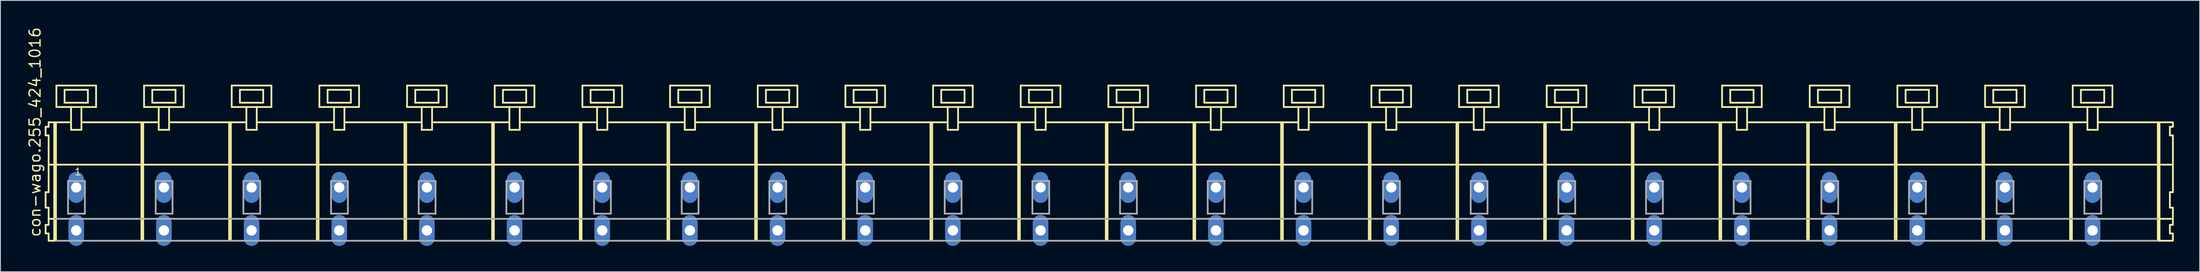
<source format=kicad_pcb>
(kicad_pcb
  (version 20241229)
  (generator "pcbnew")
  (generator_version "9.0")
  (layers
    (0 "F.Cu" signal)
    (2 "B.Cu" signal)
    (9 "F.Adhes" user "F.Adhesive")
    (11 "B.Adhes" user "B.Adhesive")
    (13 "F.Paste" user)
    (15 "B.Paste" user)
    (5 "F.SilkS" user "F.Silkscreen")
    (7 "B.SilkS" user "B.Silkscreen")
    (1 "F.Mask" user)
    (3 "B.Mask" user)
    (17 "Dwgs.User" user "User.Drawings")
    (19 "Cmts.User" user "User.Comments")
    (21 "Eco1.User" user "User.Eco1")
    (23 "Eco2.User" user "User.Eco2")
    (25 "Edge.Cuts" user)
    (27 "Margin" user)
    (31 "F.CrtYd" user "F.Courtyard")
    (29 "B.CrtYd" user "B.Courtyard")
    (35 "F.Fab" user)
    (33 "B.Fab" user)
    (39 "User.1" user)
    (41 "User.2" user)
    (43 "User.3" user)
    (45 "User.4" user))
  (footprint "con-wago.255_424_1016"
    (layer "F.Cu")
    (at 125.165 18.743)
    (property "Reference" "con-wago.255_424_1016" (at -123.415 5.855 90) (layer "F.SilkS") (effects (font (size 1.27 1.27) (thickness 0.16)) (justify left bottom)))
    (attr through_hole)
    (fp_line (start -122.93 -7.05) (end -122.93 -6.05) (stroke (width 0.203) (type default)) (layer "F.SilkS"))
    (fp_line (start -122.93 -6.05) (end -122.58 -6.05) (stroke (width 0.203) (type default)) (layer "F.SilkS"))
    (fp_line (start -122.93 0.55) (end -122.93 2.35) (stroke (width 0.203) (type default)) (layer "F.SilkS"))
    (fp_line (start -122.93 2.35) (end -122.58 2.35) (stroke (width 0.203) (type default)) (layer "F.SilkS"))
    (fp_line (start -122.93 4.35) (end -122.93 5.35) (stroke (width 0.203) (type default)) (layer "F.SilkS"))
    (fp_line (start -122.93 5.35) (end -122.58 5.35) (stroke (width 0.203) (type default)) (layer "F.SilkS"))
    (fp_line (start -122.58 -7.575) (end -122.58 -7.05) (stroke (width 0.203) (type default)) (layer "F.SilkS"))
    (fp_line (start -122.58 -7.575) (end -120.005 -7.575) (stroke (width 0.203) (type default)) (layer "F.SilkS"))
    (fp_line (start -122.58 -7.05) (end -122.93 -7.05) (stroke (width 0.203) (type default)) (layer "F.SilkS"))
    (fp_line (start -122.58 -6.05) (end -122.58 0.55) (stroke (width 0.203) (type default)) (layer "F.SilkS"))
    (fp_line (start -122.58 0.55) (end -122.93 0.55) (stroke (width 0.203) (type default)) (layer "F.SilkS"))
    (fp_line (start -122.58 2.35) (end -122.58 4.35) (stroke (width 0.203) (type default)) (layer "F.SilkS"))
    (fp_line (start -122.58 3.65) (end -121.88 3.65) (stroke (width 0.203) (type default)) (layer "F.SilkS"))
    (fp_line (start -122.58 4.35) (end -122.93 4.35) (stroke (width 0.203) (type default)) (layer "F.SilkS"))
    (fp_line (start -122.58 5.35) (end -122.58 6.2) (stroke (width 0.203) (type default)) (layer "F.SilkS"))
    (fp_line (start -122.58 6.2) (end -121.93 6.2) (stroke (width 0.203) (type default)) (layer "F.SilkS"))
    (fp_line (start -122.53 -2.65) (end 123.56 -2.65) (stroke (width 0.203) (type default)) (layer "F.SilkS"))
    (fp_line (start -121.93 -7.55) (end -121.93 6.2) (stroke (width 0.203) (type default)) (layer "F.SilkS"))
    (fp_line (start -121.93 6.2) (end -121.73 6.2) (stroke (width 0.203) (type default)) (layer "F.SilkS"))
    (fp_line (start -121.73 -7.55) (end -121.73 6.2) (stroke (width 0.203) (type default)) (layer "F.SilkS"))
    (fp_line (start -121.68 -11.85) (end -121.68 -9.35) (stroke (width 0.203) (type default)) (layer "F.SilkS"))
    (fp_line (start -121.68 -9.35) (end -119.98 -9.35) (stroke (width 0.203) (type default)) (layer "F.SilkS"))
    (fp_line (start -120.73 -11.35) (end -120.73 -9.85) (stroke (width 0.203) (type default)) (layer "F.SilkS"))
    (fp_line (start -120.73 -9.85) (end -118.03 -9.85) (stroke (width 0.203) (type default)) (layer "F.SilkS"))
    (fp_line (start -119.98 -9.35) (end -119.98 -6.7) (stroke (width 0.203) (type default)) (layer "F.SilkS"))
    (fp_line (start -119.98 -9.35) (end -118.78 -9.35) (stroke (width 0.203) (type default)) (layer "F.SilkS"))
    (fp_line (start -119.98 -6.7) (end -118.78 -6.7) (stroke (width 0.203) (type default)) (layer "F.SilkS"))
    (fp_line (start -118.78 -9.35) (end -117.08 -9.35) (stroke (width 0.203) (type default)) (layer "F.SilkS"))
    (fp_line (start -118.78 -6.7) (end -118.78 -9.35) (stroke (width 0.203) (type default)) (layer "F.SilkS"))
    (fp_line (start -118.755 -7.575) (end -109.841 -7.575) (stroke (width 0.203) (type default)) (layer "F.SilkS"))
    (fp_line (start -118.03 -11.35) (end -120.73 -11.35) (stroke (width 0.203) (type default)) (layer "F.SilkS"))
    (fp_line (start -118.03 -9.85) (end -118.03 -11.35) (stroke (width 0.203) (type default)) (layer "F.SilkS"))
    (fp_line (start -117.08 -11.85) (end -121.68 -11.85) (stroke (width 0.203) (type default)) (layer "F.SilkS"))
    (fp_line (start -117.08 -9.35) (end -117.08 -11.85) (stroke (width 0.203) (type default)) (layer "F.SilkS"))
    (fp_line (start -111.82 -7.55) (end -111.82 6.2) (stroke (width 0.203) (type default)) (layer "F.SilkS"))
    (fp_line (start -111.62 -7.55) (end -111.62 6.2) (stroke (width 0.203) (type default)) (layer "F.SilkS"))
    (fp_line (start -111.52 -11.85) (end -111.52 -9.35) (stroke (width 0.203) (type default)) (layer "F.SilkS"))
    (fp_line (start -111.52 -9.35) (end -109.82 -9.35) (stroke (width 0.203) (type default)) (layer "F.SilkS"))
    (fp_line (start -110.57 -11.35) (end -110.57 -9.85) (stroke (width 0.203) (type default)) (layer "F.SilkS"))
    (fp_line (start -110.57 -9.85) (end -107.87 -9.85) (stroke (width 0.203) (type default)) (layer "F.SilkS"))
    (fp_line (start -109.82 -9.35) (end -109.82 -6.7) (stroke (width 0.203) (type default)) (layer "F.SilkS"))
    (fp_line (start -109.82 -9.35) (end -108.62 -9.35) (stroke (width 0.203) (type default)) (layer "F.SilkS"))
    (fp_line (start -109.82 -6.7) (end -108.62 -6.7) (stroke (width 0.203) (type default)) (layer "F.SilkS"))
    (fp_line (start -108.62 -9.35) (end -106.92 -9.35) (stroke (width 0.203) (type default)) (layer "F.SilkS"))
    (fp_line (start -108.62 -6.7) (end -108.62 -9.35) (stroke (width 0.203) (type default)) (layer "F.SilkS"))
    (fp_line (start -108.595 -7.575) (end -99.681 -7.575) (stroke (width 0.203) (type default)) (layer "F.SilkS"))
    (fp_line (start -107.87 -11.35) (end -110.57 -11.35) (stroke (width 0.203) (type default)) (layer "F.SilkS"))
    (fp_line (start -107.87 -9.85) (end -107.87 -11.35) (stroke (width 0.203) (type default)) (layer "F.SilkS"))
    (fp_line (start -106.92 -11.85) (end -111.52 -11.85) (stroke (width 0.203) (type default)) (layer "F.SilkS"))
    (fp_line (start -106.92 -9.35) (end -106.92 -11.85) (stroke (width 0.203) (type default)) (layer "F.SilkS"))
    (fp_line (start -101.66 -7.55) (end -101.66 6.2) (stroke (width 0.203) (type default)) (layer "F.SilkS"))
    (fp_line (start -101.46 -7.55) (end -101.46 6.2) (stroke (width 0.203) (type default)) (layer "F.SilkS"))
    (fp_line (start -101.36 -11.85) (end -101.36 -9.35) (stroke (width 0.203) (type default)) (layer "F.SilkS"))
    (fp_line (start -101.36 -9.35) (end -99.66 -9.35) (stroke (width 0.203) (type default)) (layer "F.SilkS"))
    (fp_line (start -100.41 -11.35) (end -100.41 -9.85) (stroke (width 0.203) (type default)) (layer "F.SilkS"))
    (fp_line (start -100.41 -9.85) (end -97.71 -9.85) (stroke (width 0.203) (type default)) (layer "F.SilkS"))
    (fp_line (start -99.66 -9.35) (end -99.66 -6.7) (stroke (width 0.203) (type default)) (layer "F.SilkS"))
    (fp_line (start -99.66 -9.35) (end -98.46 -9.35) (stroke (width 0.203) (type default)) (layer "F.SilkS"))
    (fp_line (start -99.66 -6.7) (end -98.46 -6.7) (stroke (width 0.203) (type default)) (layer "F.SilkS"))
    (fp_line (start -98.46 -9.35) (end -96.76 -9.35) (stroke (width 0.203) (type default)) (layer "F.SilkS"))
    (fp_line (start -98.46 -6.7) (end -98.46 -9.35) (stroke (width 0.203) (type default)) (layer "F.SilkS"))
    (fp_line (start -98.435 -7.575) (end -89.521 -7.575) (stroke (width 0.203) (type default)) (layer "F.SilkS"))
    (fp_line (start -97.71 -11.35) (end -100.41 -11.35) (stroke (width 0.203) (type default)) (layer "F.SilkS"))
    (fp_line (start -97.71 -9.85) (end -97.71 -11.35) (stroke (width 0.203) (type default)) (layer "F.SilkS"))
    (fp_line (start -96.76 -11.85) (end -101.36 -11.85) (stroke (width 0.203) (type default)) (layer "F.SilkS"))
    (fp_line (start -96.76 -9.35) (end -96.76 -11.85) (stroke (width 0.203) (type default)) (layer "F.SilkS"))
    (fp_line (start -91.5 -7.55) (end -91.5 6.2) (stroke (width 0.203) (type default)) (layer "F.SilkS"))
    (fp_line (start -91.3 -7.55) (end -91.3 6.2) (stroke (width 0.203) (type default)) (layer "F.SilkS"))
    (fp_line (start -91.2 -11.85) (end -91.2 -9.35) (stroke (width 0.203) (type default)) (layer "F.SilkS"))
    (fp_line (start -91.2 -9.35) (end -89.5 -9.35) (stroke (width 0.203) (type default)) (layer "F.SilkS"))
    (fp_line (start -90.25 -11.35) (end -90.25 -9.85) (stroke (width 0.203) (type default)) (layer "F.SilkS"))
    (fp_line (start -90.25 -9.85) (end -87.55 -9.85) (stroke (width 0.203) (type default)) (layer "F.SilkS"))
    (fp_line (start -89.5 -9.35) (end -89.5 -6.7) (stroke (width 0.203) (type default)) (layer "F.SilkS"))
    (fp_line (start -89.5 -9.35) (end -88.3 -9.35) (stroke (width 0.203) (type default)) (layer "F.SilkS"))
    (fp_line (start -89.5 -6.7) (end -88.3 -6.7) (stroke (width 0.203) (type default)) (layer "F.SilkS"))
    (fp_line (start -88.3 -9.35) (end -86.6 -9.35) (stroke (width 0.203) (type default)) (layer "F.SilkS"))
    (fp_line (start -88.3 -6.7) (end -88.3 -9.35) (stroke (width 0.203) (type default)) (layer "F.SilkS"))
    (fp_line (start -88.275 -7.575) (end -79.361 -7.575) (stroke (width 0.203) (type default)) (layer "F.SilkS"))
    (fp_line (start -87.55 -11.35) (end -90.25 -11.35) (stroke (width 0.203) (type default)) (layer "F.SilkS"))
    (fp_line (start -87.55 -9.85) (end -87.55 -11.35) (stroke (width 0.203) (type default)) (layer "F.SilkS"))
    (fp_line (start -86.6 -11.85) (end -91.2 -11.85) (stroke (width 0.203) (type default)) (layer "F.SilkS"))
    (fp_line (start -86.6 -9.35) (end -86.6 -11.85) (stroke (width 0.203) (type default)) (layer "F.SilkS"))
    (fp_line (start -81.34 -7.55) (end -81.34 6.2) (stroke (width 0.203) (type default)) (layer "F.SilkS"))
    (fp_line (start -81.14 -7.55) (end -81.14 6.2) (stroke (width 0.203) (type default)) (layer "F.SilkS"))
    (fp_line (start -81.04 -11.85) (end -81.04 -9.35) (stroke (width 0.203) (type default)) (layer "F.SilkS"))
    (fp_line (start -81.04 -9.35) (end -79.34 -9.35) (stroke (width 0.203) (type default)) (layer "F.SilkS"))
    (fp_line (start -80.09 -11.35) (end -80.09 -9.85) (stroke (width 0.203) (type default)) (layer "F.SilkS"))
    (fp_line (start -80.09 -9.85) (end -77.39 -9.85) (stroke (width 0.203) (type default)) (layer "F.SilkS"))
    (fp_line (start -79.34 -9.35) (end -79.34 -6.7) (stroke (width 0.203) (type default)) (layer "F.SilkS"))
    (fp_line (start -79.34 -9.35) (end -78.14 -9.35) (stroke (width 0.203) (type default)) (layer "F.SilkS"))
    (fp_line (start -79.34 -6.7) (end -78.14 -6.7) (stroke (width 0.203) (type default)) (layer "F.SilkS"))
    (fp_line (start -78.14 -9.35) (end -76.44 -9.35) (stroke (width 0.203) (type default)) (layer "F.SilkS"))
    (fp_line (start -78.14 -6.7) (end -78.14 -9.35) (stroke (width 0.203) (type default)) (layer "F.SilkS"))
    (fp_line (start -78.115 -7.575) (end -69.201 -7.575) (stroke (width 0.203) (type default)) (layer "F.SilkS"))
    (fp_line (start -77.39 -11.35) (end -80.09 -11.35) (stroke (width 0.203) (type default)) (layer "F.SilkS"))
    (fp_line (start -77.39 -9.85) (end -77.39 -11.35) (stroke (width 0.203) (type default)) (layer "F.SilkS"))
    (fp_line (start -76.44 -11.85) (end -81.04 -11.85) (stroke (width 0.203) (type default)) (layer "F.SilkS"))
    (fp_line (start -76.44 -9.35) (end -76.44 -11.85) (stroke (width 0.203) (type default)) (layer "F.SilkS"))
    (fp_line (start -71.18 -7.55) (end -71.18 6.2) (stroke (width 0.203) (type default)) (layer "F.SilkS"))
    (fp_line (start -70.98 -7.55) (end -70.98 6.2) (stroke (width 0.203) (type default)) (layer "F.SilkS"))
    (fp_line (start -70.88 -11.85) (end -70.88 -9.35) (stroke (width 0.203) (type default)) (layer "F.SilkS"))
    (fp_line (start -70.88 -9.35) (end -69.18 -9.35) (stroke (width 0.203) (type default)) (layer "F.SilkS"))
    (fp_line (start -69.93 -11.35) (end -69.93 -9.85) (stroke (width 0.203) (type default)) (layer "F.SilkS"))
    (fp_line (start -69.93 -9.85) (end -67.23 -9.85) (stroke (width 0.203) (type default)) (layer "F.SilkS"))
    (fp_line (start -69.18 -9.35) (end -69.18 -6.7) (stroke (width 0.203) (type default)) (layer "F.SilkS"))
    (fp_line (start -69.18 -9.35) (end -67.98 -9.35) (stroke (width 0.203) (type default)) (layer "F.SilkS"))
    (fp_line (start -69.18 -6.7) (end -67.98 -6.7) (stroke (width 0.203) (type default)) (layer "F.SilkS"))
    (fp_line (start -67.98 -9.35) (end -66.28 -9.35) (stroke (width 0.203) (type default)) (layer "F.SilkS"))
    (fp_line (start -67.98 -6.7) (end -67.98 -9.35) (stroke (width 0.203) (type default)) (layer "F.SilkS"))
    (fp_line (start -67.955 -7.575) (end -59.041 -7.575) (stroke (width 0.203) (type default)) (layer "F.SilkS"))
    (fp_line (start -67.23 -11.35) (end -69.93 -11.35) (stroke (width 0.203) (type default)) (layer "F.SilkS"))
    (fp_line (start -67.23 -9.85) (end -67.23 -11.35) (stroke (width 0.203) (type default)) (layer "F.SilkS"))
    (fp_line (start -66.28 -11.85) (end -70.88 -11.85) (stroke (width 0.203) (type default)) (layer "F.SilkS"))
    (fp_line (start -66.28 -9.35) (end -66.28 -11.85) (stroke (width 0.203) (type default)) (layer "F.SilkS"))
    (fp_line (start -61.02 -7.55) (end -61.02 6.2) (stroke (width 0.203) (type default)) (layer "F.SilkS"))
    (fp_line (start -60.82 -7.55) (end -60.82 6.2) (stroke (width 0.203) (type default)) (layer "F.SilkS"))
    (fp_line (start -60.72 -11.85) (end -60.72 -9.35) (stroke (width 0.203) (type default)) (layer "F.SilkS"))
    (fp_line (start -60.72 -9.35) (end -59.02 -9.35) (stroke (width 0.203) (type default)) (layer "F.SilkS"))
    (fp_line (start -59.77 -11.35) (end -59.77 -9.85) (stroke (width 0.203) (type default)) (layer "F.SilkS"))
    (fp_line (start -59.77 -9.85) (end -57.07 -9.85) (stroke (width 0.203) (type default)) (layer "F.SilkS"))
    (fp_line (start -59.02 -9.35) (end -59.02 -6.7) (stroke (width 0.203) (type default)) (layer "F.SilkS"))
    (fp_line (start -59.02 -9.35) (end -57.82 -9.35) (stroke (width 0.203) (type default)) (layer "F.SilkS"))
    (fp_line (start -59.02 -6.7) (end -57.82 -6.7) (stroke (width 0.203) (type default)) (layer "F.SilkS"))
    (fp_line (start -57.82 -9.35) (end -56.12 -9.35) (stroke (width 0.203) (type default)) (layer "F.SilkS"))
    (fp_line (start -57.82 -6.7) (end -57.82 -9.35) (stroke (width 0.203) (type default)) (layer "F.SilkS"))
    (fp_line (start -57.795 -7.575) (end -48.881 -7.575) (stroke (width 0.203) (type default)) (layer "F.SilkS"))
    (fp_line (start -57.07 -11.35) (end -59.77 -11.35) (stroke (width 0.203) (type default)) (layer "F.SilkS"))
    (fp_line (start -57.07 -9.85) (end -57.07 -11.35) (stroke (width 0.203) (type default)) (layer "F.SilkS"))
    (fp_line (start -56.12 -11.85) (end -60.72 -11.85) (stroke (width 0.203) (type default)) (layer "F.SilkS"))
    (fp_line (start -56.12 -9.35) (end -56.12 -11.85) (stroke (width 0.203) (type default)) (layer "F.SilkS"))
    (fp_line (start -50.86 -7.55) (end -50.86 6.2) (stroke (width 0.203) (type default)) (layer "F.SilkS"))
    (fp_line (start -50.66 -7.55) (end -50.66 6.2) (stroke (width 0.203) (type default)) (layer "F.SilkS"))
    (fp_line (start -50.56 -11.85) (end -50.56 -9.35) (stroke (width 0.203) (type default)) (layer "F.SilkS"))
    (fp_line (start -50.56 -9.35) (end -48.86 -9.35) (stroke (width 0.203) (type default)) (layer "F.SilkS"))
    (fp_line (start -49.61 -11.35) (end -49.61 -9.85) (stroke (width 0.203) (type default)) (layer "F.SilkS"))
    (fp_line (start -49.61 -9.85) (end -46.91 -9.85) (stroke (width 0.203) (type default)) (layer "F.SilkS"))
    (fp_line (start -48.86 -9.35) (end -48.86 -6.7) (stroke (width 0.203) (type default)) (layer "F.SilkS"))
    (fp_line (start -48.86 -9.35) (end -47.66 -9.35) (stroke (width 0.203) (type default)) (layer "F.SilkS"))
    (fp_line (start -48.86 -6.7) (end -47.66 -6.7) (stroke (width 0.203) (type default)) (layer "F.SilkS"))
    (fp_line (start -47.66 -9.35) (end -45.96 -9.35) (stroke (width 0.203) (type default)) (layer "F.SilkS"))
    (fp_line (start -47.66 -6.7) (end -47.66 -9.35) (stroke (width 0.203) (type default)) (layer "F.SilkS"))
    (fp_line (start -47.635 -7.575) (end -38.721 -7.575) (stroke (width 0.203) (type default)) (layer "F.SilkS"))
    (fp_line (start -46.91 -11.35) (end -49.61 -11.35) (stroke (width 0.203) (type default)) (layer "F.SilkS"))
    (fp_line (start -46.91 -9.85) (end -46.91 -11.35) (stroke (width 0.203) (type default)) (layer "F.SilkS"))
    (fp_line (start -45.96 -11.85) (end -50.56 -11.85) (stroke (width 0.203) (type default)) (layer "F.SilkS"))
    (fp_line (start -45.96 -9.35) (end -45.96 -11.85) (stroke (width 0.203) (type default)) (layer "F.SilkS"))
    (fp_line (start -40.7 -7.55) (end -40.7 6.2) (stroke (width 0.203) (type default)) (layer "F.SilkS"))
    (fp_line (start -40.5 -7.55) (end -40.5 6.2) (stroke (width 0.203) (type default)) (layer "F.SilkS"))
    (fp_line (start -40.4 -11.85) (end -40.4 -9.35) (stroke (width 0.203) (type default)) (layer "F.SilkS"))
    (fp_line (start -40.4 -9.35) (end -38.7 -9.35) (stroke (width 0.203) (type default)) (layer "F.SilkS"))
    (fp_line (start -39.45 -11.35) (end -39.45 -9.85) (stroke (width 0.203) (type default)) (layer "F.SilkS"))
    (fp_line (start -39.45 -9.85) (end -36.75 -9.85) (stroke (width 0.203) (type default)) (layer "F.SilkS"))
    (fp_line (start -38.7 -9.35) (end -38.7 -6.7) (stroke (width 0.203) (type default)) (layer "F.SilkS"))
    (fp_line (start -38.7 -9.35) (end -37.5 -9.35) (stroke (width 0.203) (type default)) (layer "F.SilkS"))
    (fp_line (start -38.7 -6.7) (end -37.5 -6.7) (stroke (width 0.203) (type default)) (layer "F.SilkS"))
    (fp_line (start -37.5 -9.35) (end -35.8 -9.35) (stroke (width 0.203) (type default)) (layer "F.SilkS"))
    (fp_line (start -37.5 -6.7) (end -37.5 -9.35) (stroke (width 0.203) (type default)) (layer "F.SilkS"))
    (fp_line (start -37.475 -7.575) (end -28.561 -7.575) (stroke (width 0.203) (type default)) (layer "F.SilkS"))
    (fp_line (start -36.75 -11.35) (end -39.45 -11.35) (stroke (width 0.203) (type default)) (layer "F.SilkS"))
    (fp_line (start -36.75 -9.85) (end -36.75 -11.35) (stroke (width 0.203) (type default)) (layer "F.SilkS"))
    (fp_line (start -35.8 -11.85) (end -40.4 -11.85) (stroke (width 0.203) (type default)) (layer "F.SilkS"))
    (fp_line (start -35.8 -9.35) (end -35.8 -11.85) (stroke (width 0.203) (type default)) (layer "F.SilkS"))
    (fp_line (start -30.54 -7.55) (end -30.54 6.2) (stroke (width 0.203) (type default)) (layer "F.SilkS"))
    (fp_line (start -30.34 -7.55) (end -30.34 6.2) (stroke (width 0.203) (type default)) (layer "F.SilkS"))
    (fp_line (start -30.24 -11.85) (end -30.24 -9.35) (stroke (width 0.203) (type default)) (layer "F.SilkS"))
    (fp_line (start -30.24 -9.35) (end -28.54 -9.35) (stroke (width 0.203) (type default)) (layer "F.SilkS"))
    (fp_line (start -29.29 -11.35) (end -29.29 -9.85) (stroke (width 0.203) (type default)) (layer "F.SilkS"))
    (fp_line (start -29.29 -9.85) (end -26.59 -9.85) (stroke (width 0.203) (type default)) (layer "F.SilkS"))
    (fp_line (start -28.54 -9.35) (end -28.54 -6.7) (stroke (width 0.203) (type default)) (layer "F.SilkS"))
    (fp_line (start -28.54 -9.35) (end -27.34 -9.35) (stroke (width 0.203) (type default)) (layer "F.SilkS"))
    (fp_line (start -28.54 -6.7) (end -27.34 -6.7) (stroke (width 0.203) (type default)) (layer "F.SilkS"))
    (fp_line (start -27.34 -9.35) (end -25.64 -9.35) (stroke (width 0.203) (type default)) (layer "F.SilkS"))
    (fp_line (start -27.34 -6.7) (end -27.34 -9.35) (stroke (width 0.203) (type default)) (layer "F.SilkS"))
    (fp_line (start -27.315 -7.575) (end -18.401 -7.575) (stroke (width 0.203) (type default)) (layer "F.SilkS"))
    (fp_line (start -26.59 -11.35) (end -29.29 -11.35) (stroke (width 0.203) (type default)) (layer "F.SilkS"))
    (fp_line (start -26.59 -9.85) (end -26.59 -11.35) (stroke (width 0.203) (type default)) (layer "F.SilkS"))
    (fp_line (start -25.64 -11.85) (end -30.24 -11.85) (stroke (width 0.203) (type default)) (layer "F.SilkS"))
    (fp_line (start -25.64 -9.35) (end -25.64 -11.85) (stroke (width 0.203) (type default)) (layer "F.SilkS"))
    (fp_line (start -20.38 -7.55) (end -20.38 6.2) (stroke (width 0.203) (type default)) (layer "F.SilkS"))
    (fp_line (start -20.18 -7.55) (end -20.18 6.2) (stroke (width 0.203) (type default)) (layer "F.SilkS"))
    (fp_line (start -20.08 -11.85) (end -20.08 -9.35) (stroke (width 0.203) (type default)) (layer "F.SilkS"))
    (fp_line (start -20.08 -9.35) (end -18.38 -9.35) (stroke (width 0.203) (type default)) (layer "F.SilkS"))
    (fp_line (start -19.13 -11.35) (end -19.13 -9.85) (stroke (width 0.203) (type default)) (layer "F.SilkS"))
    (fp_line (start -19.13 -9.85) (end -16.43 -9.85) (stroke (width 0.203) (type default)) (layer "F.SilkS"))
    (fp_line (start -18.38 -9.35) (end -18.38 -6.7) (stroke (width 0.203) (type default)) (layer "F.SilkS"))
    (fp_line (start -18.38 -9.35) (end -17.18 -9.35) (stroke (width 0.203) (type default)) (layer "F.SilkS"))
    (fp_line (start -18.38 -6.7) (end -17.18 -6.7) (stroke (width 0.203) (type default)) (layer "F.SilkS"))
    (fp_line (start -17.18 -9.35) (end -15.48 -9.35) (stroke (width 0.203) (type default)) (layer "F.SilkS"))
    (fp_line (start -17.18 -6.7) (end -17.18 -9.35) (stroke (width 0.203) (type default)) (layer "F.SilkS"))
    (fp_line (start -17.155 -7.575) (end -8.241 -7.575) (stroke (width 0.203) (type default)) (layer "F.SilkS"))
    (fp_line (start -16.43 -11.35) (end -19.13 -11.35) (stroke (width 0.203) (type default)) (layer "F.SilkS"))
    (fp_line (start -16.43 -9.85) (end -16.43 -11.35) (stroke (width 0.203) (type default)) (layer "F.SilkS"))
    (fp_line (start -15.48 -11.85) (end -20.08 -11.85) (stroke (width 0.203) (type default)) (layer "F.SilkS"))
    (fp_line (start -15.48 -9.35) (end -15.48 -11.85) (stroke (width 0.203) (type default)) (layer "F.SilkS"))
    (fp_line (start -10.22 -7.55) (end -10.22 6.2) (stroke (width 0.203) (type default)) (layer "F.SilkS"))
    (fp_line (start -10.02 -7.55) (end -10.02 6.2) (stroke (width 0.203) (type default)) (layer "F.SilkS"))
    (fp_line (start -9.92 -11.85) (end -9.92 -9.35) (stroke (width 0.203) (type default)) (layer "F.SilkS"))
    (fp_line (start -9.92 -9.35) (end -8.22 -9.35) (stroke (width 0.203) (type default)) (layer "F.SilkS"))
    (fp_line (start -8.97 -11.35) (end -8.97 -9.85) (stroke (width 0.203) (type default)) (layer "F.SilkS"))
    (fp_line (start -8.97 -9.85) (end -6.27 -9.85) (stroke (width 0.203) (type default)) (layer "F.SilkS"))
    (fp_line (start -8.22 -9.35) (end -8.22 -6.7) (stroke (width 0.203) (type default)) (layer "F.SilkS"))
    (fp_line (start -8.22 -9.35) (end -7.02 -9.35) (stroke (width 0.203) (type default)) (layer "F.SilkS"))
    (fp_line (start -8.22 -6.7) (end -7.02 -6.7) (stroke (width 0.203) (type default)) (layer "F.SilkS"))
    (fp_line (start -7.02 -9.35) (end -5.32 -9.35) (stroke (width 0.203) (type default)) (layer "F.SilkS"))
    (fp_line (start -7.02 -6.7) (end -7.02 -9.35) (stroke (width 0.203) (type default)) (layer "F.SilkS"))
    (fp_line (start -6.995 -7.575) (end 1.919 -7.575) (stroke (width 0.203) (type default)) (layer "F.SilkS"))
    (fp_line (start -6.27 -11.35) (end -8.97 -11.35) (stroke (width 0.203) (type default)) (layer "F.SilkS"))
    (fp_line (start -6.27 -9.85) (end -6.27 -11.35) (stroke (width 0.203) (type default)) (layer "F.SilkS"))
    (fp_line (start -5.32 -11.85) (end -9.92 -11.85) (stroke (width 0.203) (type default)) (layer "F.SilkS"))
    (fp_line (start -5.32 -9.35) (end -5.32 -11.85) (stroke (width 0.203) (type default)) (layer "F.SilkS"))
    (fp_line (start -0.06 -7.55) (end -0.06 6.2) (stroke (width 0.203) (type default)) (layer "F.SilkS"))
    (fp_line (start 0.14 -7.55) (end 0.14 6.2) (stroke (width 0.203) (type default)) (layer "F.SilkS"))
    (fp_line (start 0.24 -11.85) (end 0.24 -9.35) (stroke (width 0.203) (type default)) (layer "F.SilkS"))
    (fp_line (start 0.24 -9.35) (end 1.94 -9.35) (stroke (width 0.203) (type default)) (layer "F.SilkS"))
    (fp_line (start 1.19 -11.35) (end 1.19 -9.85) (stroke (width 0.203) (type default)) (layer "F.SilkS"))
    (fp_line (start 1.19 -9.85) (end 3.89 -9.85) (stroke (width 0.203) (type default)) (layer "F.SilkS"))
    (fp_line (start 1.94 -9.35) (end 1.94 -6.7) (stroke (width 0.203) (type default)) (layer "F.SilkS"))
    (fp_line (start 1.94 -9.35) (end 3.14 -9.35) (stroke (width 0.203) (type default)) (layer "F.SilkS"))
    (fp_line (start 1.94 -6.7) (end 3.14 -6.7) (stroke (width 0.203) (type default)) (layer "F.SilkS"))
    (fp_line (start 3.14 -9.35) (end 4.84 -9.35) (stroke (width 0.203) (type default)) (layer "F.SilkS"))
    (fp_line (start 3.14 -6.7) (end 3.14 -9.35) (stroke (width 0.203) (type default)) (layer "F.SilkS"))
    (fp_line (start 3.165 -7.575) (end 12.079 -7.575) (stroke (width 0.203) (type default)) (layer "F.SilkS"))
    (fp_line (start 3.89 -11.35) (end 1.19 -11.35) (stroke (width 0.203) (type default)) (layer "F.SilkS"))
    (fp_line (start 3.89 -9.85) (end 3.89 -11.35) (stroke (width 0.203) (type default)) (layer "F.SilkS"))
    (fp_line (start 4.84 -11.85) (end 0.24 -11.85) (stroke (width 0.203) (type default)) (layer "F.SilkS"))
    (fp_line (start 4.84 -9.35) (end 4.84 -11.85) (stroke (width 0.203) (type default)) (layer "F.SilkS"))
    (fp_line (start 10.1 -7.55) (end 10.1 6.2) (stroke (width 0.203) (type default)) (layer "F.SilkS"))
    (fp_line (start 10.3 -7.55) (end 10.3 6.2) (stroke (width 0.203) (type default)) (layer "F.SilkS"))
    (fp_line (start 10.4 -11.85) (end 10.4 -9.35) (stroke (width 0.203) (type default)) (layer "F.SilkS"))
    (fp_line (start 10.4 -9.35) (end 12.1 -9.35) (stroke (width 0.203) (type default)) (layer "F.SilkS"))
    (fp_line (start 11.35 -11.35) (end 11.35 -9.85) (stroke (width 0.203) (type default)) (layer "F.SilkS"))
    (fp_line (start 11.35 -9.85) (end 14.05 -9.85) (stroke (width 0.203) (type default)) (layer "F.SilkS"))
    (fp_line (start 12.1 -9.35) (end 12.1 -6.7) (stroke (width 0.203) (type default)) (layer "F.SilkS"))
    (fp_line (start 12.1 -9.35) (end 13.3 -9.35) (stroke (width 0.203) (type default)) (layer "F.SilkS"))
    (fp_line (start 12.1 -6.7) (end 13.3 -6.7) (stroke (width 0.203) (type default)) (layer "F.SilkS"))
    (fp_line (start 13.3 -9.35) (end 15 -9.35) (stroke (width 0.203) (type default)) (layer "F.SilkS"))
    (fp_line (start 13.3 -6.7) (end 13.3 -9.35) (stroke (width 0.203) (type default)) (layer "F.SilkS"))
    (fp_line (start 13.325 -7.575) (end 22.239 -7.575) (stroke (width 0.203) (type default)) (layer "F.SilkS"))
    (fp_line (start 14.05 -11.35) (end 11.35 -11.35) (stroke (width 0.203) (type default)) (layer "F.SilkS"))
    (fp_line (start 14.05 -9.85) (end 14.05 -11.35) (stroke (width 0.203) (type default)) (layer "F.SilkS"))
    (fp_line (start 15 -11.85) (end 10.4 -11.85) (stroke (width 0.203) (type default)) (layer "F.SilkS"))
    (fp_line (start 15 -9.35) (end 15 -11.85) (stroke (width 0.203) (type default)) (layer "F.SilkS"))
    (fp_line (start 20.26 -7.55) (end 20.26 6.2) (stroke (width 0.203) (type default)) (layer "F.SilkS"))
    (fp_line (start 20.46 -7.55) (end 20.46 6.2) (stroke (width 0.203) (type default)) (layer "F.SilkS"))
    (fp_line (start 20.56 -11.85) (end 20.56 -9.35) (stroke (width 0.203) (type default)) (layer "F.SilkS"))
    (fp_line (start 20.56 -9.35) (end 22.26 -9.35) (stroke (width 0.203) (type default)) (layer "F.SilkS"))
    (fp_line (start 21.51 -11.35) (end 21.51 -9.85) (stroke (width 0.203) (type default)) (layer "F.SilkS"))
    (fp_line (start 21.51 -9.85) (end 24.21 -9.85) (stroke (width 0.203) (type default)) (layer "F.SilkS"))
    (fp_line (start 22.26 -9.35) (end 22.26 -6.7) (stroke (width 0.203) (type default)) (layer "F.SilkS"))
    (fp_line (start 22.26 -9.35) (end 23.46 -9.35) (stroke (width 0.203) (type default)) (layer "F.SilkS"))
    (fp_line (start 22.26 -6.7) (end 23.46 -6.7) (stroke (width 0.203) (type default)) (layer "F.SilkS"))
    (fp_line (start 23.46 -9.35) (end 25.16 -9.35) (stroke (width 0.203) (type default)) (layer "F.SilkS"))
    (fp_line (start 23.46 -6.7) (end 23.46 -9.35) (stroke (width 0.203) (type default)) (layer "F.SilkS"))
    (fp_line (start 23.485 -7.575) (end 32.399 -7.575) (stroke (width 0.203) (type default)) (layer "F.SilkS"))
    (fp_line (start 24.21 -11.35) (end 21.51 -11.35) (stroke (width 0.203) (type default)) (layer "F.SilkS"))
    (fp_line (start 24.21 -9.85) (end 24.21 -11.35) (stroke (width 0.203) (type default)) (layer "F.SilkS"))
    (fp_line (start 25.16 -11.85) (end 20.56 -11.85) (stroke (width 0.203) (type default)) (layer "F.SilkS"))
    (fp_line (start 25.16 -9.35) (end 25.16 -11.85) (stroke (width 0.203) (type default)) (layer "F.SilkS"))
    (fp_line (start 30.42 -7.55) (end 30.42 6.2) (stroke (width 0.203) (type default)) (layer "F.SilkS"))
    (fp_line (start 30.62 -7.55) (end 30.62 6.2) (stroke (width 0.203) (type default)) (layer "F.SilkS"))
    (fp_line (start 30.72 -11.85) (end 30.72 -9.35) (stroke (width 0.203) (type default)) (layer "F.SilkS"))
    (fp_line (start 30.72 -9.35) (end 32.42 -9.35) (stroke (width 0.203) (type default)) (layer "F.SilkS"))
    (fp_line (start 31.67 -11.35) (end 31.67 -9.85) (stroke (width 0.203) (type default)) (layer "F.SilkS"))
    (fp_line (start 31.67 -9.85) (end 34.37 -9.85) (stroke (width 0.203) (type default)) (layer "F.SilkS"))
    (fp_line (start 32.42 -9.35) (end 32.42 -6.7) (stroke (width 0.203) (type default)) (layer "F.SilkS"))
    (fp_line (start 32.42 -9.35) (end 33.62 -9.35) (stroke (width 0.203) (type default)) (layer "F.SilkS"))
    (fp_line (start 32.42 -6.7) (end 33.62 -6.7) (stroke (width 0.203) (type default)) (layer "F.SilkS"))
    (fp_line (start 33.62 -9.35) (end 35.32 -9.35) (stroke (width 0.203) (type default)) (layer "F.SilkS"))
    (fp_line (start 33.62 -6.7) (end 33.62 -9.35) (stroke (width 0.203) (type default)) (layer "F.SilkS"))
    (fp_line (start 33.645 -7.575) (end 42.559 -7.575) (stroke (width 0.203) (type default)) (layer "F.SilkS"))
    (fp_line (start 34.37 -11.35) (end 31.67 -11.35) (stroke (width 0.203) (type default)) (layer "F.SilkS"))
    (fp_line (start 34.37 -9.85) (end 34.37 -11.35) (stroke (width 0.203) (type default)) (layer "F.SilkS"))
    (fp_line (start 35.32 -11.85) (end 30.72 -11.85) (stroke (width 0.203) (type default)) (layer "F.SilkS"))
    (fp_line (start 35.32 -9.35) (end 35.32 -11.85) (stroke (width 0.203) (type default)) (layer "F.SilkS"))
    (fp_line (start 40.58 -7.55) (end 40.58 6.2) (stroke (width 0.203) (type default)) (layer "F.SilkS"))
    (fp_line (start 40.78 -7.55) (end 40.78 6.2) (stroke (width 0.203) (type default)) (layer "F.SilkS"))
    (fp_line (start 40.88 -11.85) (end 40.88 -9.35) (stroke (width 0.203) (type default)) (layer "F.SilkS"))
    (fp_line (start 40.88 -9.35) (end 42.58 -9.35) (stroke (width 0.203) (type default)) (layer "F.SilkS"))
    (fp_line (start 41.83 -11.35) (end 41.83 -9.85) (stroke (width 0.203) (type default)) (layer "F.SilkS"))
    (fp_line (start 41.83 -9.85) (end 44.53 -9.85) (stroke (width 0.203) (type default)) (layer "F.SilkS"))
    (fp_line (start 42.58 -9.35) (end 42.58 -6.7) (stroke (width 0.203) (type default)) (layer "F.SilkS"))
    (fp_line (start 42.58 -9.35) (end 43.78 -9.35) (stroke (width 0.203) (type default)) (layer "F.SilkS"))
    (fp_line (start 42.58 -6.7) (end 43.78 -6.7) (stroke (width 0.203) (type default)) (layer "F.SilkS"))
    (fp_line (start 43.78 -9.35) (end 45.48 -9.35) (stroke (width 0.203) (type default)) (layer "F.SilkS"))
    (fp_line (start 43.78 -6.7) (end 43.78 -9.35) (stroke (width 0.203) (type default)) (layer "F.SilkS"))
    (fp_line (start 43.805 -7.575) (end 52.719 -7.575) (stroke (width 0.203) (type default)) (layer "F.SilkS"))
    (fp_line (start 44.53 -11.35) (end 41.83 -11.35) (stroke (width 0.203) (type default)) (layer "F.SilkS"))
    (fp_line (start 44.53 -9.85) (end 44.53 -11.35) (stroke (width 0.203) (type default)) (layer "F.SilkS"))
    (fp_line (start 45.48 -11.85) (end 40.88 -11.85) (stroke (width 0.203) (type default)) (layer "F.SilkS"))
    (fp_line (start 45.48 -9.35) (end 45.48 -11.85) (stroke (width 0.203) (type default)) (layer "F.SilkS"))
    (fp_line (start 50.74 -7.55) (end 50.74 6.2) (stroke (width 0.203) (type default)) (layer "F.SilkS"))
    (fp_line (start 50.94 -7.55) (end 50.94 6.2) (stroke (width 0.203) (type default)) (layer "F.SilkS"))
    (fp_line (start 51.04 -11.85) (end 51.04 -9.35) (stroke (width 0.203) (type default)) (layer "F.SilkS"))
    (fp_line (start 51.04 -9.35) (end 52.74 -9.35) (stroke (width 0.203) (type default)) (layer "F.SilkS"))
    (fp_line (start 51.99 -11.35) (end 51.99 -9.85) (stroke (width 0.203) (type default)) (layer "F.SilkS"))
    (fp_line (start 51.99 -9.85) (end 54.69 -9.85) (stroke (width 0.203) (type default)) (layer "F.SilkS"))
    (fp_line (start 52.74 -9.35) (end 52.74 -6.7) (stroke (width 0.203) (type default)) (layer "F.SilkS"))
    (fp_line (start 52.74 -9.35) (end 53.94 -9.35) (stroke (width 0.203) (type default)) (layer "F.SilkS"))
    (fp_line (start 52.74 -6.7) (end 53.94 -6.7) (stroke (width 0.203) (type default)) (layer "F.SilkS"))
    (fp_line (start 53.94 -9.35) (end 55.64 -9.35) (stroke (width 0.203) (type default)) (layer "F.SilkS"))
    (fp_line (start 53.94 -6.7) (end 53.94 -9.35) (stroke (width 0.203) (type default)) (layer "F.SilkS"))
    (fp_line (start 53.965 -7.575) (end 62.879 -7.575) (stroke (width 0.203) (type default)) (layer "F.SilkS"))
    (fp_line (start 54.69 -11.35) (end 51.99 -11.35) (stroke (width 0.203) (type default)) (layer "F.SilkS"))
    (fp_line (start 54.69 -9.85) (end 54.69 -11.35) (stroke (width 0.203) (type default)) (layer "F.SilkS"))
    (fp_line (start 55.64 -11.85) (end 51.04 -11.85) (stroke (width 0.203) (type default)) (layer "F.SilkS"))
    (fp_line (start 55.64 -9.35) (end 55.64 -11.85) (stroke (width 0.203) (type default)) (layer "F.SilkS"))
    (fp_line (start 60.9 -7.55) (end 60.9 6.2) (stroke (width 0.203) (type default)) (layer "F.SilkS"))
    (fp_line (start 61.1 -7.55) (end 61.1 6.2) (stroke (width 0.203) (type default)) (layer "F.SilkS"))
    (fp_line (start 61.2 -11.85) (end 61.2 -9.35) (stroke (width 0.203) (type default)) (layer "F.SilkS"))
    (fp_line (start 61.2 -9.35) (end 62.9 -9.35) (stroke (width 0.203) (type default)) (layer "F.SilkS"))
    (fp_line (start 62.15 -11.35) (end 62.15 -9.85) (stroke (width 0.203) (type default)) (layer "F.SilkS"))
    (fp_line (start 62.15 -9.85) (end 64.85 -9.85) (stroke (width 0.203) (type default)) (layer "F.SilkS"))
    (fp_line (start 62.9 -9.35) (end 62.9 -6.7) (stroke (width 0.203) (type default)) (layer "F.SilkS"))
    (fp_line (start 62.9 -9.35) (end 64.1 -9.35) (stroke (width 0.203) (type default)) (layer "F.SilkS"))
    (fp_line (start 62.9 -6.7) (end 64.1 -6.7) (stroke (width 0.203) (type default)) (layer "F.SilkS"))
    (fp_line (start 64.1 -9.35) (end 65.8 -9.35) (stroke (width 0.203) (type default)) (layer "F.SilkS"))
    (fp_line (start 64.1 -6.7) (end 64.1 -9.35) (stroke (width 0.203) (type default)) (layer "F.SilkS"))
    (fp_line (start 64.125 -7.575) (end 73.039 -7.575) (stroke (width 0.203) (type default)) (layer "F.SilkS"))
    (fp_line (start 64.85 -11.35) (end 62.15 -11.35) (stroke (width 0.203) (type default)) (layer "F.SilkS"))
    (fp_line (start 64.85 -9.85) (end 64.85 -11.35) (stroke (width 0.203) (type default)) (layer "F.SilkS"))
    (fp_line (start 65.8 -11.85) (end 61.2 -11.85) (stroke (width 0.203) (type default)) (layer "F.SilkS"))
    (fp_line (start 65.8 -9.35) (end 65.8 -11.85) (stroke (width 0.203) (type default)) (layer "F.SilkS"))
    (fp_line (start 71.06 -7.55) (end 71.06 6.2) (stroke (width 0.203) (type default)) (layer "F.SilkS"))
    (fp_line (start 71.26 -7.55) (end 71.26 6.2) (stroke (width 0.203) (type default)) (layer "F.SilkS"))
    (fp_line (start 71.36 -11.85) (end 71.36 -9.35) (stroke (width 0.203) (type default)) (layer "F.SilkS"))
    (fp_line (start 71.36 -9.35) (end 73.06 -9.35) (stroke (width 0.203) (type default)) (layer "F.SilkS"))
    (fp_line (start 72.31 -11.35) (end 72.31 -9.85) (stroke (width 0.203) (type default)) (layer "F.SilkS"))
    (fp_line (start 72.31 -9.85) (end 75.01 -9.85) (stroke (width 0.203) (type default)) (layer "F.SilkS"))
    (fp_line (start 73.06 -9.35) (end 73.06 -6.7) (stroke (width 0.203) (type default)) (layer "F.SilkS"))
    (fp_line (start 73.06 -9.35) (end 74.26 -9.35) (stroke (width 0.203) (type default)) (layer "F.SilkS"))
    (fp_line (start 73.06 -6.7) (end 74.26 -6.7) (stroke (width 0.203) (type default)) (layer "F.SilkS"))
    (fp_line (start 74.26 -9.35) (end 75.96 -9.35) (stroke (width 0.203) (type default)) (layer "F.SilkS"))
    (fp_line (start 74.26 -6.7) (end 74.26 -9.35) (stroke (width 0.203) (type default)) (layer "F.SilkS"))
    (fp_line (start 74.285 -7.575) (end 83.199 -7.575) (stroke (width 0.203) (type default)) (layer "F.SilkS"))
    (fp_line (start 75.01 -11.35) (end 72.31 -11.35) (stroke (width 0.203) (type default)) (layer "F.SilkS"))
    (fp_line (start 75.01 -9.85) (end 75.01 -11.35) (stroke (width 0.203) (type default)) (layer "F.SilkS"))
    (fp_line (start 75.96 -11.85) (end 71.36 -11.85) (stroke (width 0.203) (type default)) (layer "F.SilkS"))
    (fp_line (start 75.96 -9.35) (end 75.96 -11.85) (stroke (width 0.203) (type default)) (layer "F.SilkS"))
    (fp_line (start 81.22 -7.55) (end 81.22 6.2) (stroke (width 0.203) (type default)) (layer "F.SilkS"))
    (fp_line (start 81.42 -7.55) (end 81.42 6.2) (stroke (width 0.203) (type default)) (layer "F.SilkS"))
    (fp_line (start 81.52 -11.85) (end 81.52 -9.35) (stroke (width 0.203) (type default)) (layer "F.SilkS"))
    (fp_line (start 81.52 -9.35) (end 83.22 -9.35) (stroke (width 0.203) (type default)) (layer "F.SilkS"))
    (fp_line (start 82.47 -11.35) (end 82.47 -9.85) (stroke (width 0.203) (type default)) (layer "F.SilkS"))
    (fp_line (start 82.47 -9.85) (end 85.17 -9.85) (stroke (width 0.203) (type default)) (layer "F.SilkS"))
    (fp_line (start 83.22 -9.35) (end 83.22 -6.7) (stroke (width 0.203) (type default)) (layer "F.SilkS"))
    (fp_line (start 83.22 -9.35) (end 84.42 -9.35) (stroke (width 0.203) (type default)) (layer "F.SilkS"))
    (fp_line (start 83.22 -6.7) (end 84.42 -6.7) (stroke (width 0.203) (type default)) (layer "F.SilkS"))
    (fp_line (start 84.42 -9.35) (end 86.12 -9.35) (stroke (width 0.203) (type default)) (layer "F.SilkS"))
    (fp_line (start 84.42 -6.7) (end 84.42 -9.35) (stroke (width 0.203) (type default)) (layer "F.SilkS"))
    (fp_line (start 84.445 -7.575) (end 93.359 -7.575) (stroke (width 0.203) (type default)) (layer "F.SilkS"))
    (fp_line (start 85.17 -11.35) (end 82.47 -11.35) (stroke (width 0.203) (type default)) (layer "F.SilkS"))
    (fp_line (start 85.17 -9.85) (end 85.17 -11.35) (stroke (width 0.203) (type default)) (layer "F.SilkS"))
    (fp_line (start 86.12 -11.85) (end 81.52 -11.85) (stroke (width 0.203) (type default)) (layer "F.SilkS"))
    (fp_line (start 86.12 -9.35) (end 86.12 -11.85) (stroke (width 0.203) (type default)) (layer "F.SilkS"))
    (fp_line (start 91.38 -7.55) (end 91.38 6.2) (stroke (width 0.203) (type default)) (layer "F.SilkS"))
    (fp_line (start 91.58 -7.55) (end 91.58 6.2) (stroke (width 0.203) (type default)) (layer "F.SilkS"))
    (fp_line (start 91.68 -11.85) (end 91.68 -9.35) (stroke (width 0.203) (type default)) (layer "F.SilkS"))
    (fp_line (start 91.68 -9.35) (end 93.38 -9.35) (stroke (width 0.203) (type default)) (layer "F.SilkS"))
    (fp_line (start 92.63 -11.35) (end 92.63 -9.85) (stroke (width 0.203) (type default)) (layer "F.SilkS"))
    (fp_line (start 92.63 -9.85) (end 95.33 -9.85) (stroke (width 0.203) (type default)) (layer "F.SilkS"))
    (fp_line (start 93.38 -9.35) (end 93.38 -6.7) (stroke (width 0.203) (type default)) (layer "F.SilkS"))
    (fp_line (start 93.38 -9.35) (end 94.58 -9.35) (stroke (width 0.203) (type default)) (layer "F.SilkS"))
    (fp_line (start 93.38 -6.7) (end 94.58 -6.7) (stroke (width 0.203) (type default)) (layer "F.SilkS"))
    (fp_line (start 94.58 -9.35) (end 96.28 -9.35) (stroke (width 0.203) (type default)) (layer "F.SilkS"))
    (fp_line (start 94.58 -6.7) (end 94.58 -9.35) (stroke (width 0.203) (type default)) (layer "F.SilkS"))
    (fp_line (start 94.605 -7.575) (end 103.519 -7.575) (stroke (width 0.203) (type default)) (layer "F.SilkS"))
    (fp_line (start 95.33 -11.35) (end 92.63 -11.35) (stroke (width 0.203) (type default)) (layer "F.SilkS"))
    (fp_line (start 95.33 -9.85) (end 95.33 -11.35) (stroke (width 0.203) (type default)) (layer "F.SilkS"))
    (fp_line (start 96.28 -11.85) (end 91.68 -11.85) (stroke (width 0.203) (type default)) (layer "F.SilkS"))
    (fp_line (start 96.28 -9.35) (end 96.28 -11.85) (stroke (width 0.203) (type default)) (layer "F.SilkS"))
    (fp_line (start 101.54 -7.55) (end 101.54 6.2) (stroke (width 0.203) (type default)) (layer "F.SilkS"))
    (fp_line (start 101.74 -7.55) (end 101.74 6.2) (stroke (width 0.203) (type default)) (layer "F.SilkS"))
    (fp_line (start 101.84 -11.85) (end 101.84 -9.35) (stroke (width 0.203) (type default)) (layer "F.SilkS"))
    (fp_line (start 101.84 -9.35) (end 103.54 -9.35) (stroke (width 0.203) (type default)) (layer "F.SilkS"))
    (fp_line (start 102.79 -11.35) (end 102.79 -9.85) (stroke (width 0.203) (type default)) (layer "F.SilkS"))
    (fp_line (start 102.79 -9.85) (end 105.49 -9.85) (stroke (width 0.203) (type default)) (layer "F.SilkS"))
    (fp_line (start 103.54 -9.35) (end 103.54 -6.7) (stroke (width 0.203) (type default)) (layer "F.SilkS"))
    (fp_line (start 103.54 -9.35) (end 104.74 -9.35) (stroke (width 0.203) (type default)) (layer "F.SilkS"))
    (fp_line (start 103.54 -6.7) (end 104.74 -6.7) (stroke (width 0.203) (type default)) (layer "F.SilkS"))
    (fp_line (start 104.74 -9.35) (end 106.44 -9.35) (stroke (width 0.203) (type default)) (layer "F.SilkS"))
    (fp_line (start 104.74 -6.7) (end 104.74 -9.35) (stroke (width 0.203) (type default)) (layer "F.SilkS"))
    (fp_line (start 104.765 -7.575) (end 113.679 -7.575) (stroke (width 0.203) (type default)) (layer "F.SilkS"))
    (fp_line (start 105.49 -11.35) (end 102.79 -11.35) (stroke (width 0.203) (type default)) (layer "F.SilkS"))
    (fp_line (start 105.49 -9.85) (end 105.49 -11.35) (stroke (width 0.203) (type default)) (layer "F.SilkS"))
    (fp_line (start 106.44 -11.85) (end 101.84 -11.85) (stroke (width 0.203) (type default)) (layer "F.SilkS"))
    (fp_line (start 106.44 -9.35) (end 106.44 -11.85) (stroke (width 0.203) (type default)) (layer "F.SilkS"))
    (fp_line (start 111.7 -7.55) (end 111.7 6.2) (stroke (width 0.203) (type default)) (layer "F.SilkS"))
    (fp_line (start 111.9 -7.55) (end 111.9 6.2) (stroke (width 0.203) (type default)) (layer "F.SilkS"))
    (fp_line (start 112 -11.85) (end 112 -9.35) (stroke (width 0.203) (type default)) (layer "F.SilkS"))
    (fp_line (start 112 -9.35) (end 113.7 -9.35) (stroke (width 0.203) (type default)) (layer "F.SilkS"))
    (fp_line (start 112.95 -11.35) (end 112.95 -9.85) (stroke (width 0.203) (type default)) (layer "F.SilkS"))
    (fp_line (start 112.95 -9.85) (end 115.65 -9.85) (stroke (width 0.203) (type default)) (layer "F.SilkS"))
    (fp_line (start 113.7 -9.35) (end 113.7 -6.7) (stroke (width 0.203) (type default)) (layer "F.SilkS"))
    (fp_line (start 113.7 -9.35) (end 114.9 -9.35) (stroke (width 0.203) (type default)) (layer "F.SilkS"))
    (fp_line (start 113.7 -6.7) (end 114.9 -6.7) (stroke (width 0.203) (type default)) (layer "F.SilkS"))
    (fp_line (start 114.9 -9.35) (end 116.6 -9.35) (stroke (width 0.203) (type default)) (layer "F.SilkS"))
    (fp_line (start 114.9 -6.7) (end 114.9 -9.35) (stroke (width 0.203) (type default)) (layer "F.SilkS"))
    (fp_line (start 114.925 -7.575) (end 123.585 -7.575) (stroke (width 0.203) (type default)) (layer "F.SilkS"))
    (fp_line (start 115.65 -11.35) (end 112.95 -11.35) (stroke (width 0.203) (type default)) (layer "F.SilkS"))
    (fp_line (start 115.65 -9.85) (end 115.65 -11.35) (stroke (width 0.203) (type default)) (layer "F.SilkS"))
    (fp_line (start 116.6 -11.85) (end 112 -11.85) (stroke (width 0.203) (type default)) (layer "F.SilkS"))
    (fp_line (start 116.6 -9.35) (end 116.6 -11.85) (stroke (width 0.203) (type default)) (layer "F.SilkS"))
    (fp_line (start 121.86 -7.55) (end 121.86 6.2) (stroke (width 0.203) (type default)) (layer "F.SilkS"))
    (fp_line (start 121.86 6.2) (end 123.61 6.2) (stroke (width 0.203) (type default)) (layer "F.SilkS"))
    (fp_line (start 121.91 3.65) (end 123.61 3.65) (stroke (width 0.203) (type default)) (layer "F.SilkS"))
    (fp_line (start 122.06 -7.55) (end 122.06 6.2) (stroke (width 0.203) (type default)) (layer "F.SilkS"))
    (fp_line (start 123.26 -7.05) (end 123.26 -6.05) (stroke (width 0.203) (type default)) (layer "F.SilkS"))
    (fp_line (start 123.26 -6.05) (end 123.61 -6.05) (stroke (width 0.203) (type default)) (layer "F.SilkS"))
    (fp_line (start 123.26 0.55) (end 123.26 2.35) (stroke (width 0.203) (type default)) (layer "F.SilkS"))
    (fp_line (start 123.26 2.35) (end 123.61 2.35) (stroke (width 0.203) (type default)) (layer "F.SilkS"))
    (fp_line (start 123.26 4.35) (end 123.26 5.35) (stroke (width 0.203) (type default)) (layer "F.SilkS"))
    (fp_line (start 123.26 5.35) (end 123.61 5.35) (stroke (width 0.203) (type default)) (layer "F.SilkS"))
    (fp_line (start 123.61 -7.05) (end 123.26 -7.05) (stroke (width 0.203) (type default)) (layer "F.SilkS"))
    (fp_line (start 123.61 -7.05) (end 123.61 -7.55) (stroke (width 0.203) (type default)) (layer "F.SilkS"))
    (fp_line (start 123.61 0.55) (end 123.26 0.55) (stroke (width 0.203) (type default)) (layer "F.SilkS"))
    (fp_line (start 123.61 0.55) (end 123.61 -6.05) (stroke (width 0.203) (type default)) (layer "F.SilkS"))
    (fp_line (start 123.61 3.65) (end 123.61 2.35) (stroke (width 0.203) (type default)) (layer "F.SilkS"))
    (fp_line (start 123.61 4.35) (end 123.26 4.35) (stroke (width 0.203) (type default)) (layer "F.SilkS"))
    (fp_line (start 123.61 4.35) (end 123.61 3.65) (stroke (width 0.203) (type default)) (layer "F.SilkS"))
    (fp_line (start 123.61 6.2) (end 123.61 5.35) (stroke (width 0.203) (type default)) (layer "F.SilkS"))
    (fp_line (start -121.88 3.65) (end 121.86 3.65) (stroke (width 0.203) (type default)) (layer "F.Fab"))
    (fp_line (start -121.73 6.2) (end 121.86 6.2) (stroke (width 0.203) (type default)) (layer "F.Fab"))
    (fp_line (start -120.33 -0.75) (end -120.33 3.05) (stroke (width 0.203) (type default)) (layer "F.Fab"))
    (fp_line (start -120.33 3.05) (end -118.38 3.05) (stroke (width 0.203) (type default)) (layer "F.Fab"))
    (fp_line (start -118.38 -0.75) (end -120.33 -0.75) (stroke (width 0.203) (type default)) (layer "F.Fab"))
    (fp_line (start -118.38 3.05) (end -118.38 -0.75) (stroke (width 0.203) (type default)) (layer "F.Fab"))
    (fp_line (start -110.17 -0.75) (end -110.17 3.05) (stroke (width 0.203) (type default)) (layer "F.Fab"))
    (fp_line (start -110.17 3.05) (end -108.22 3.05) (stroke (width 0.203) (type default)) (layer "F.Fab"))
    (fp_line (start -108.22 -0.75) (end -110.17 -0.75) (stroke (width 0.203) (type default)) (layer "F.Fab"))
    (fp_line (start -108.22 3.05) (end -108.22 -0.75) (stroke (width 0.203) (type default)) (layer "F.Fab"))
    (fp_line (start -100.01 -0.75) (end -100.01 3.05) (stroke (width 0.203) (type default)) (layer "F.Fab"))
    (fp_line (start -100.01 3.05) (end -98.06 3.05) (stroke (width 0.203) (type default)) (layer "F.Fab"))
    (fp_line (start -98.06 -0.75) (end -100.01 -0.75) (stroke (width 0.203) (type default)) (layer "F.Fab"))
    (fp_line (start -98.06 3.05) (end -98.06 -0.75) (stroke (width 0.203) (type default)) (layer "F.Fab"))
    (fp_line (start -89.85 -0.75) (end -89.85 3.05) (stroke (width 0.203) (type default)) (layer "F.Fab"))
    (fp_line (start -89.85 3.05) (end -87.9 3.05) (stroke (width 0.203) (type default)) (layer "F.Fab"))
    (fp_line (start -87.9 -0.75) (end -89.85 -0.75) (stroke (width 0.203) (type default)) (layer "F.Fab"))
    (fp_line (start -87.9 3.05) (end -87.9 -0.75) (stroke (width 0.203) (type default)) (layer "F.Fab"))
    (fp_line (start -79.69 -0.75) (end -79.69 3.05) (stroke (width 0.203) (type default)) (layer "F.Fab"))
    (fp_line (start -79.69 3.05) (end -77.74 3.05) (stroke (width 0.203) (type default)) (layer "F.Fab"))
    (fp_line (start -77.74 -0.75) (end -79.69 -0.75) (stroke (width 0.203) (type default)) (layer "F.Fab"))
    (fp_line (start -77.74 3.05) (end -77.74 -0.75) (stroke (width 0.203) (type default)) (layer "F.Fab"))
    (fp_line (start -69.53 -0.75) (end -69.53 3.05) (stroke (width 0.203) (type default)) (layer "F.Fab"))
    (fp_line (start -69.53 3.05) (end -67.58 3.05) (stroke (width 0.203) (type default)) (layer "F.Fab"))
    (fp_line (start -67.58 -0.75) (end -69.53 -0.75) (stroke (width 0.203) (type default)) (layer "F.Fab"))
    (fp_line (start -67.58 3.05) (end -67.58 -0.75) (stroke (width 0.203) (type default)) (layer "F.Fab"))
    (fp_line (start -59.37 -0.75) (end -59.37 3.05) (stroke (width 0.203) (type default)) (layer "F.Fab"))
    (fp_line (start -59.37 3.05) (end -57.42 3.05) (stroke (width 0.203) (type default)) (layer "F.Fab"))
    (fp_line (start -57.42 -0.75) (end -59.37 -0.75) (stroke (width 0.203) (type default)) (layer "F.Fab"))
    (fp_line (start -57.42 3.05) (end -57.42 -0.75) (stroke (width 0.203) (type default)) (layer "F.Fab"))
    (fp_line (start -49.21 -0.75) (end -49.21 3.05) (stroke (width 0.203) (type default)) (layer "F.Fab"))
    (fp_line (start -49.21 3.05) (end -47.26 3.05) (stroke (width 0.203) (type default)) (layer "F.Fab"))
    (fp_line (start -47.26 -0.75) (end -49.21 -0.75) (stroke (width 0.203) (type default)) (layer "F.Fab"))
    (fp_line (start -47.26 3.05) (end -47.26 -0.75) (stroke (width 0.203) (type default)) (layer "F.Fab"))
    (fp_line (start -39.05 -0.75) (end -39.05 3.05) (stroke (width 0.203) (type default)) (layer "F.Fab"))
    (fp_line (start -39.05 3.05) (end -37.1 3.05) (stroke (width 0.203) (type default)) (layer "F.Fab"))
    (fp_line (start -37.1 -0.75) (end -39.05 -0.75) (stroke (width 0.203) (type default)) (layer "F.Fab"))
    (fp_line (start -37.1 3.05) (end -37.1 -0.75) (stroke (width 0.203) (type default)) (layer "F.Fab"))
    (fp_line (start -28.89 -0.75) (end -28.89 3.05) (stroke (width 0.203) (type default)) (layer "F.Fab"))
    (fp_line (start -28.89 3.05) (end -26.94 3.05) (stroke (width 0.203) (type default)) (layer "F.Fab"))
    (fp_line (start -26.94 -0.75) (end -28.89 -0.75) (stroke (width 0.203) (type default)) (layer "F.Fab"))
    (fp_line (start -26.94 3.05) (end -26.94 -0.75) (stroke (width 0.203) (type default)) (layer "F.Fab"))
    (fp_line (start -18.73 -0.75) (end -18.73 3.05) (stroke (width 0.203) (type default)) (layer "F.Fab"))
    (fp_line (start -18.73 3.05) (end -16.78 3.05) (stroke (width 0.203) (type default)) (layer "F.Fab"))
    (fp_line (start -16.78 -0.75) (end -18.73 -0.75) (stroke (width 0.203) (type default)) (layer "F.Fab"))
    (fp_line (start -16.78 3.05) (end -16.78 -0.75) (stroke (width 0.203) (type default)) (layer "F.Fab"))
    (fp_line (start -8.57 -0.75) (end -8.57 3.05) (stroke (width 0.203) (type default)) (layer "F.Fab"))
    (fp_line (start -8.57 3.05) (end -6.62 3.05) (stroke (width 0.203) (type default)) (layer "F.Fab"))
    (fp_line (start -6.62 -0.75) (end -8.57 -0.75) (stroke (width 0.203) (type default)) (layer "F.Fab"))
    (fp_line (start -6.62 3.05) (end -6.62 -0.75) (stroke (width 0.203) (type default)) (layer "F.Fab"))
    (fp_line (start 1.59 -0.75) (end 1.59 3.05) (stroke (width 0.203) (type default)) (layer "F.Fab"))
    (fp_line (start 1.59 3.05) (end 3.54 3.05) (stroke (width 0.203) (type default)) (layer "F.Fab"))
    (fp_line (start 3.54 -0.75) (end 1.59 -0.75) (stroke (width 0.203) (type default)) (layer "F.Fab"))
    (fp_line (start 3.54 3.05) (end 3.54 -0.75) (stroke (width 0.203) (type default)) (layer "F.Fab"))
    (fp_line (start 11.75 -0.75) (end 11.75 3.05) (stroke (width 0.203) (type default)) (layer "F.Fab"))
    (fp_line (start 11.75 3.05) (end 13.7 3.05) (stroke (width 0.203) (type default)) (layer "F.Fab"))
    (fp_line (start 13.7 -0.75) (end 11.75 -0.75) (stroke (width 0.203) (type default)) (layer "F.Fab"))
    (fp_line (start 13.7 3.05) (end 13.7 -0.75) (stroke (width 0.203) (type default)) (layer "F.Fab"))
    (fp_line (start 21.91 -0.75) (end 21.91 3.05) (stroke (width 0.203) (type default)) (layer "F.Fab"))
    (fp_line (start 21.91 3.05) (end 23.86 3.05) (stroke (width 0.203) (type default)) (layer "F.Fab"))
    (fp_line (start 23.86 -0.75) (end 21.91 -0.75) (stroke (width 0.203) (type default)) (layer "F.Fab"))
    (fp_line (start 23.86 3.05) (end 23.86 -0.75) (stroke (width 0.203) (type default)) (layer "F.Fab"))
    (fp_line (start 32.07 -0.75) (end 32.07 3.05) (stroke (width 0.203) (type default)) (layer "F.Fab"))
    (fp_line (start 32.07 3.05) (end 34.02 3.05) (stroke (width 0.203) (type default)) (layer "F.Fab"))
    (fp_line (start 34.02 -0.75) (end 32.07 -0.75) (stroke (width 0.203) (type default)) (layer "F.Fab"))
    (fp_line (start 34.02 3.05) (end 34.02 -0.75) (stroke (width 0.203) (type default)) (layer "F.Fab"))
    (fp_line (start 42.23 -0.75) (end 42.23 3.05) (stroke (width 0.203) (type default)) (layer "F.Fab"))
    (fp_line (start 42.23 3.05) (end 44.18 3.05) (stroke (width 0.203) (type default)) (layer "F.Fab"))
    (fp_line (start 44.18 -0.75) (end 42.23 -0.75) (stroke (width 0.203) (type default)) (layer "F.Fab"))
    (fp_line (start 44.18 3.05) (end 44.18 -0.75) (stroke (width 0.203) (type default)) (layer "F.Fab"))
    (fp_line (start 52.39 -0.75) (end 52.39 3.05) (stroke (width 0.203) (type default)) (layer "F.Fab"))
    (fp_line (start 52.39 3.05) (end 54.34 3.05) (stroke (width 0.203) (type default)) (layer "F.Fab"))
    (fp_line (start 54.34 -0.75) (end 52.39 -0.75) (stroke (width 0.203) (type default)) (layer "F.Fab"))
    (fp_line (start 54.34 3.05) (end 54.34 -0.75) (stroke (width 0.203) (type default)) (layer "F.Fab"))
    (fp_line (start 62.55 -0.75) (end 62.55 3.05) (stroke (width 0.203) (type default)) (layer "F.Fab"))
    (fp_line (start 62.55 3.05) (end 64.5 3.05) (stroke (width 0.203) (type default)) (layer "F.Fab"))
    (fp_line (start 64.5 -0.75) (end 62.55 -0.75) (stroke (width 0.203) (type default)) (layer "F.Fab"))
    (fp_line (start 64.5 3.05) (end 64.5 -0.75) (stroke (width 0.203) (type default)) (layer "F.Fab"))
    (fp_line (start 72.71 -0.75) (end 72.71 3.05) (stroke (width 0.203) (type default)) (layer "F.Fab"))
    (fp_line (start 72.71 3.05) (end 74.66 3.05) (stroke (width 0.203) (type default)) (layer "F.Fab"))
    (fp_line (start 74.66 -0.75) (end 72.71 -0.75) (stroke (width 0.203) (type default)) (layer "F.Fab"))
    (fp_line (start 74.66 3.05) (end 74.66 -0.75) (stroke (width 0.203) (type default)) (layer "F.Fab"))
    (fp_line (start 82.87 -0.75) (end 82.87 3.05) (stroke (width 0.203) (type default)) (layer "F.Fab"))
    (fp_line (start 82.87 3.05) (end 84.82 3.05) (stroke (width 0.203) (type default)) (layer "F.Fab"))
    (fp_line (start 84.82 -0.75) (end 82.87 -0.75) (stroke (width 0.203) (type default)) (layer "F.Fab"))
    (fp_line (start 84.82 3.05) (end 84.82 -0.75) (stroke (width 0.203) (type default)) (layer "F.Fab"))
    (fp_line (start 93.03 -0.75) (end 93.03 3.05) (stroke (width 0.203) (type default)) (layer "F.Fab"))
    (fp_line (start 93.03 3.05) (end 94.98 3.05) (stroke (width 0.203) (type default)) (layer "F.Fab"))
    (fp_line (start 94.98 -0.75) (end 93.03 -0.75) (stroke (width 0.203) (type default)) (layer "F.Fab"))
    (fp_line (start 94.98 3.05) (end 94.98 -0.75) (stroke (width 0.203) (type default)) (layer "F.Fab"))
    (fp_line (start 103.19 -0.75) (end 103.19 3.05) (stroke (width 0.203) (type default)) (layer "F.Fab"))
    (fp_line (start 103.19 3.05) (end 105.14 3.05) (stroke (width 0.203) (type default)) (layer "F.Fab"))
    (fp_line (start 105.14 -0.75) (end 103.19 -0.75) (stroke (width 0.203) (type default)) (layer "F.Fab"))
    (fp_line (start 105.14 3.05) (end 105.14 -0.75) (stroke (width 0.203) (type default)) (layer "F.Fab"))
    (fp_line (start 113.35 -0.75) (end 113.35 3.05) (stroke (width 0.203) (type default)) (layer "F.Fab"))
    (fp_line (start 113.35 3.05) (end 115.3 3.05) (stroke (width 0.203) (type default)) (layer "F.Fab"))
    (fp_line (start 115.3 -0.75) (end 113.35 -0.75) (stroke (width 0.203) (type default)) (layer "F.Fab"))
    (fp_line (start 115.3 3.05) (end 115.3 -0.75) (stroke (width 0.203) (type default)) (layer "F.Fab"))
    (fp_text user "1" (at -119.63 -1.35 0) (layer "F.SilkS") (effects (font (size 0.813 0.813) (thickness 0.1)) (justify left bottom)))
    (pad "A1" thru_hole oval (at -119.38 0 90) (size 3.6 1.8) (drill 1.2) (layers "*.Cu" "*.Mask"))
    (pad "A2" thru_hole oval (at -109.22 0 90) (size 3.6 1.8) (drill 1.2) (layers "*.Cu" "*.Mask"))
    (pad "A3" thru_hole oval (at -99.06 0 90) (size 3.6 1.8) (drill 1.2) (layers "*.Cu" "*.Mask"))
    (pad "A4" thru_hole oval (at -88.9 0 90) (size 3.6 1.8) (drill 1.2) (layers "*.Cu" "*.Mask"))
    (pad "A5" thru_hole oval (at -78.74 0 90) (size 3.6 1.8) (drill 1.2) (layers "*.Cu" "*.Mask"))
    (pad "A6" thru_hole oval (at -68.58 0 90) (size 3.6 1.8) (drill 1.2) (layers "*.Cu" "*.Mask"))
    (pad "A7" thru_hole oval (at -58.42 0 90) (size 3.6 1.8) (drill 1.2) (layers "*.Cu" "*.Mask"))
    (pad "A8" thru_hole oval (at -48.26 0 90) (size 3.6 1.8) (drill 1.2) (layers "*.Cu" "*.Mask"))
    (pad "A9" thru_hole oval (at -38.1 0 90) (size 3.6 1.8) (drill 1.2) (layers "*.Cu" "*.Mask"))
    (pad "A10" thru_hole oval (at -27.94 0 90) (size 3.6 1.8) (drill 1.2) (layers "*.Cu" "*.Mask"))
    (pad "A11" thru_hole oval (at -17.78 0 90) (size 3.6 1.8) (drill 1.2) (layers "*.Cu" "*.Mask"))
    (pad "A12" thru_hole oval (at -7.62 0 90) (size 3.6 1.8) (drill 1.2) (layers "*.Cu" "*.Mask"))
    (pad "A13" thru_hole oval (at 2.54 0 90) (size 3.6 1.8) (drill 1.2) (layers "*.Cu" "*.Mask"))
    (pad "A14" thru_hole oval (at 12.7 0 90) (size 3.6 1.8) (drill 1.2) (layers "*.Cu" "*.Mask"))
    (pad "A15" thru_hole oval (at 22.86 0 90) (size 3.6 1.8) (drill 1.2) (layers "*.Cu" "*.Mask"))
    (pad "A16" thru_hole oval (at 33.02 0 90) (size 3.6 1.8) (drill 1.2) (layers "*.Cu" "*.Mask"))
    (pad "A17" thru_hole oval (at 43.18 0 90) (size 3.6 1.8) (drill 1.2) (layers "*.Cu" "*.Mask"))
    (pad "A18" thru_hole oval (at 53.34 0 90) (size 3.6 1.8) (drill 1.2) (layers "*.Cu" "*.Mask"))
    (pad "A19" thru_hole oval (at 63.5 0 90) (size 3.6 1.8) (drill 1.2) (layers "*.Cu" "*.Mask"))
    (pad "A20" thru_hole oval (at 73.66 0 90) (size 3.6 1.8) (drill 1.2) (layers "*.Cu" "*.Mask"))
    (pad "A21" thru_hole oval (at 83.82 0 90) (size 3.6 1.8) (drill 1.2) (layers "*.Cu" "*.Mask"))
    (pad "A22" thru_hole oval (at 93.98 0 90) (size 3.6 1.8) (drill 1.2) (layers "*.Cu" "*.Mask"))
    (pad "A23" thru_hole oval (at 104.14 0 90) (size 3.6 1.8) (drill 1.2) (layers "*.Cu" "*.Mask"))
    (pad "A24" thru_hole oval (at 114.3 0 90) (size 3.6 1.8) (drill 1.2) (layers "*.Cu" "*.Mask"))
    (pad "B1" thru_hole oval (at -119.38 5 90) (size 3.6 1.8) (drill 1.2) (layers "*.Cu" "*.Mask"))
    (pad "B2" thru_hole oval (at -109.22 5 90) (size 3.6 1.8) (drill 1.2) (layers "*.Cu" "*.Mask"))
    (pad "B3" thru_hole oval (at -99.06 5 90) (size 3.6 1.8) (drill 1.2) (layers "*.Cu" "*.Mask"))
    (pad "B4" thru_hole oval (at -88.9 5 90) (size 3.6 1.8) (drill 1.2) (layers "*.Cu" "*.Mask"))
    (pad "B5" thru_hole oval (at -78.74 5 90) (size 3.6 1.8) (drill 1.2) (layers "*.Cu" "*.Mask"))
    (pad "B6" thru_hole oval (at -68.58 5 90) (size 3.6 1.8) (drill 1.2) (layers "*.Cu" "*.Mask"))
    (pad "B7" thru_hole oval (at -58.42 5 90) (size 3.6 1.8) (drill 1.2) (layers "*.Cu" "*.Mask"))
    (pad "B8" thru_hole oval (at -48.26 5 90) (size 3.6 1.8) (drill 1.2) (layers "*.Cu" "*.Mask"))
    (pad "B9" thru_hole oval (at -38.1 5 90) (size 3.6 1.8) (drill 1.2) (layers "*.Cu" "*.Mask"))
    (pad "B10" thru_hole oval (at -27.94 5 90) (size 3.6 1.8) (drill 1.2) (layers "*.Cu" "*.Mask"))
    (pad "B11" thru_hole oval (at -17.78 5 90) (size 3.6 1.8) (drill 1.2) (layers "*.Cu" "*.Mask"))
    (pad "B12" thru_hole oval (at -7.62 5 90) (size 3.6 1.8) (drill 1.2) (layers "*.Cu" "*.Mask"))
    (pad "B13" thru_hole oval (at 2.54 5 90) (size 3.6 1.8) (drill 1.2) (layers "*.Cu" "*.Mask"))
    (pad "B14" thru_hole oval (at 12.7 5 90) (size 3.6 1.8) (drill 1.2) (layers "*.Cu" "*.Mask"))
    (pad "B15" thru_hole oval (at 22.86 5 90) (size 3.6 1.8) (drill 1.2) (layers "*.Cu" "*.Mask"))
    (pad "B16" thru_hole oval (at 33.02 5 90) (size 3.6 1.8) (drill 1.2) (layers "*.Cu" "*.Mask"))
    (pad "B17" thru_hole oval (at 43.18 5 90) (size 3.6 1.8) (drill 1.2) (layers "*.Cu" "*.Mask"))
    (pad "B18" thru_hole oval (at 53.34 5 90) (size 3.6 1.8) (drill 1.2) (layers "*.Cu" "*.Mask"))
    (pad "B19" thru_hole oval (at 63.5 5 90) (size 3.6 1.8) (drill 1.2) (layers "*.Cu" "*.Mask"))
    (pad "B20" thru_hole oval (at 73.66 5 90) (size 3.6 1.8) (drill 1.2) (layers "*.Cu" "*.Mask"))
    (pad "B21" thru_hole oval (at 83.82 5 90) (size 3.6 1.8) (drill 1.2) (layers "*.Cu" "*.Mask"))
    (pad "B22" thru_hole oval (at 93.98 5 90) (size 3.6 1.8) (drill 1.2) (layers "*.Cu" "*.Mask"))
    (pad "B23" thru_hole oval (at 104.14 5 90) (size 3.6 1.8) (drill 1.2) (layers "*.Cu" "*.Mask"))
    (pad "B24" thru_hole oval (at 114.3 5 90) (size 3.6 1.8) (drill 1.2) (layers "*.Cu" "*.Mask")))
  (gr_rect
    (start -3 -3)
    (end 251.877 28.543)
    (stroke (width 0.1) (type default))
    (fill no)
    (layer "Edge.Cuts")))
</source>
